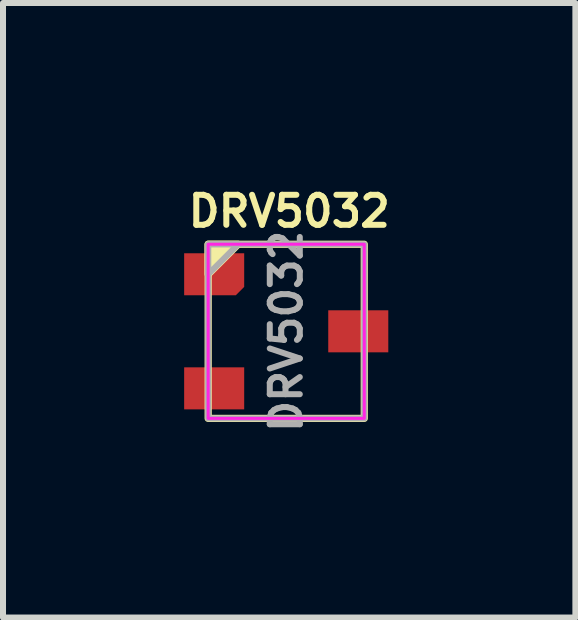
<source format=kicad_pcb>
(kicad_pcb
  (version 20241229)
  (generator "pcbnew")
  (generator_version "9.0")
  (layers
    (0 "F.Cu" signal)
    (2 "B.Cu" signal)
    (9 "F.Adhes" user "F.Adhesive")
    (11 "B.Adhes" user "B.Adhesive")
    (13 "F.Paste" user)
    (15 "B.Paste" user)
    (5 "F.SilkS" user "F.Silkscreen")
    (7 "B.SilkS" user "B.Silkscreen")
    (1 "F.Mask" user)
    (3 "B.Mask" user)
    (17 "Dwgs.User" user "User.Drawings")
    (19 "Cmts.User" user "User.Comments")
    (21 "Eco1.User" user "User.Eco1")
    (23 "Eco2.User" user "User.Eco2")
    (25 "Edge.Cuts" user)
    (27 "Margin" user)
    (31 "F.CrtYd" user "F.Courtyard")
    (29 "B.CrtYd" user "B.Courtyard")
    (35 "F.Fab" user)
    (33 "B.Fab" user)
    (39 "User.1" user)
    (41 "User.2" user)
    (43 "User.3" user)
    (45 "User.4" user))
  (footprint "DRV5032"
    (layer "F.Cu")
    (at 1.717 2.468)
    (property "Reference" "DRV5032" (at 0.05 -2 0) (unlocked yes) (layer "F.SilkS") (effects (font (size 0.5 0.5) (thickness 0.1) (bold yes))))
    (attr smd)
    (fp_rect (start -1.3 -1.45) (end 1.3 1.45) (stroke (width 0.12) (type solid)) (fill no) (layer "F.SilkS"))
    (fp_poly (pts (xy -1.3 -0.95) (xy -1.3 -1.45) (xy -0.8 -1.45)) (stroke (width 0.12) (type solid)) (fill yes) (layer "F.SilkS"))
    (fp_rect (start -1.3 -1.45) (end 1.3 1.45) (stroke (width 0.05) (type solid)) (fill no) (layer "F.CrtYd"))
    (fp_rect (start -1.3 -1.45) (end 1.3 1.45) (stroke (width 0.1) (type solid)) (fill no) (layer "F.Fab"))
    (fp_poly (pts (xy -1.3 -0.95) (xy -1.3 -1.45) (xy -0.8 -1.45)) (stroke (width 0.1) (type solid)) (fill no) (layer "F.Fab"))
    (fp_text user "${REFERENCE}" (at 0 0 90) (unlocked yes) (layer "F.Fab") (effects (font (size 0.5 0.5) (thickness 0.1) (bold yes))))
    (pad "1" smd roundrect (at -1.2 -0.95 90) (size 0.7 1) (layers "F.Cu" "F.Mask" "F.Paste") (roundrect_rratio 0) (chamfer_ratio 0.2) (chamfer bottom_left))
    (pad "2" smd rect (at 1.2 0 90) (size 0.7 1) (layers "F.Cu" "F.Mask" "F.Paste"))
    (pad "3" smd rect (at -1.2 0.95 90) (size 0.7 1) (layers "F.Cu" "F.Mask" "F.Paste")))
  (gr_rect
    (start -3 -3)
    (end 6.533 7.235)
    (stroke (width 0.1) (type default))
    (fill no)
    (layer "Edge.Cuts")))
</source>
